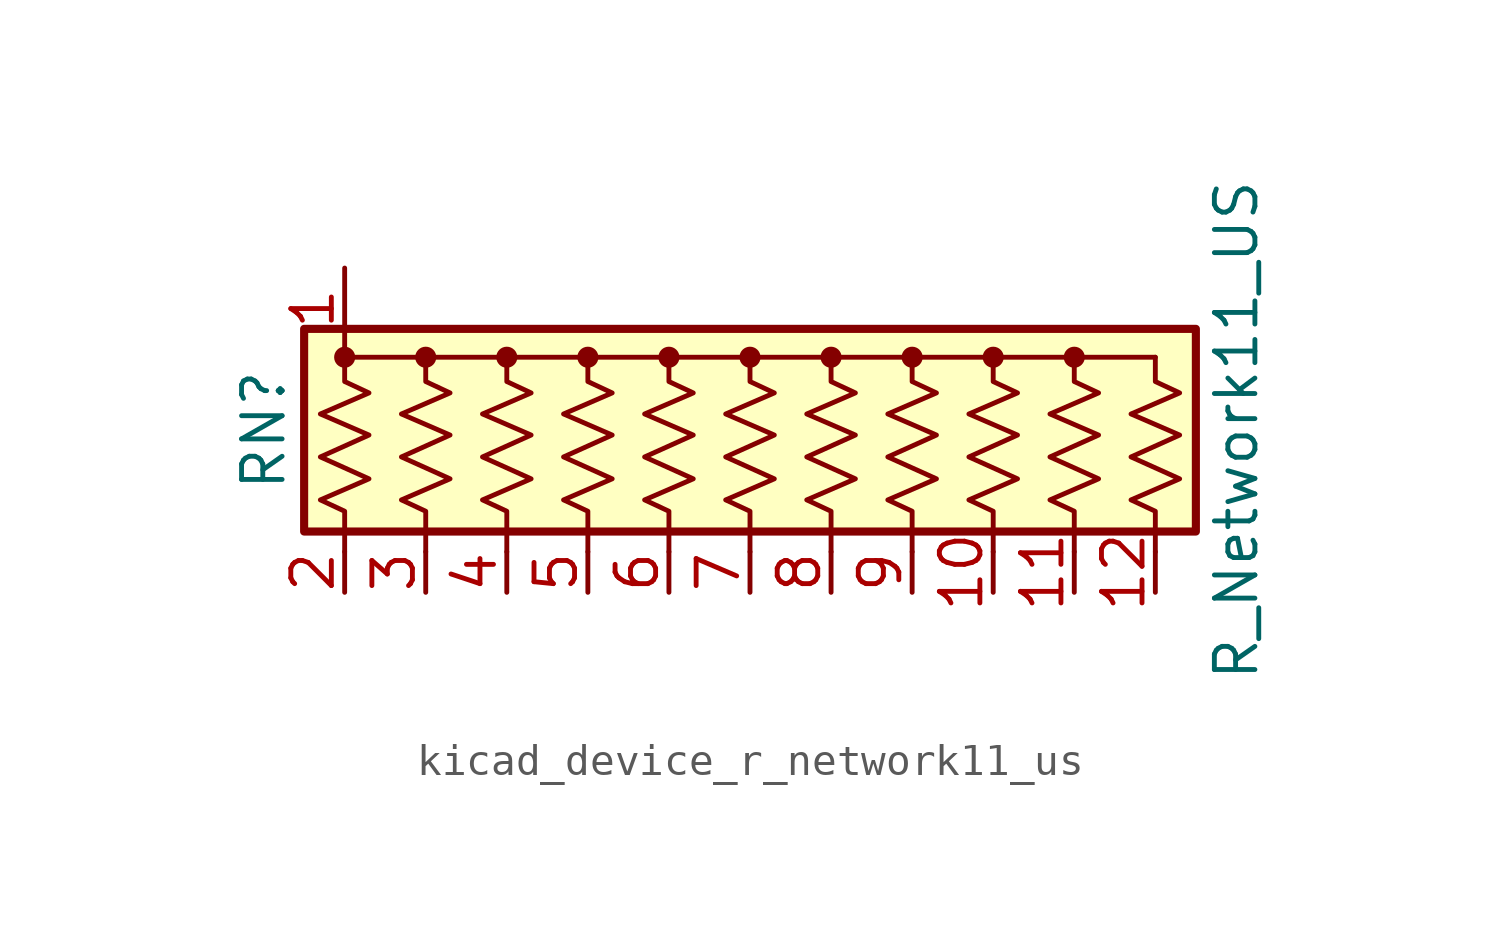
<source format=kicad_sym>
(kicad_symbol_lib
  (version 20220914)
  (generator kicad_symbol_editor)
  (symbol "kicad_device_r_network11_us"
    (pin_names
      (offset 0) hide)
    (property "Reference" "RN"
      (at -15.24 0 90)
      (effects (font (size 1.27 1.27))))
    (property "Value" "R_Network11_US"
      (at 15.24 0 90)
      (effects (font (size 1.27 1.27))))
    (symbol "kicad_device_r_network11_us_0_1"
      (rectangle (start -13.97 -3.175) (end 13.97 3.175) (stroke (width 0.254) (type default)) (fill (type background)))
      (circle (center -12.7 2.286) (radius 0.254) (stroke (width 0) (type default)) (fill (type outline)))
      (circle (center -10.16 2.286) (radius 0.254) (stroke (width 0) (type default)) (fill (type outline)))
      (circle (center -7.62 2.286) (radius 0.254) (stroke (width 0) (type default)) (fill (type outline)))
      (circle (center -5.08 2.286) (radius 0.254) (stroke (width 0) (type default)) (fill (type outline)))
      (circle (center -2.54 2.286) (radius 0.254) (stroke (width 0) (type default)) (fill (type outline)))
      (polyline (pts (xy -12.7 2.286) (xy 12.7 2.286)) (stroke (width 0) (type default)) (fill (type none)))
      (polyline (pts (xy -12.7 2.286) (xy -12.7 1.524) (xy -11.938 1.168) (xy -13.462 0.508) (xy -11.938 -0.152) (xy -13.462 -0.838) (xy -11.938 -1.524) (xy -13.462 -2.184) (xy -12.7 -2.54) (xy -12.7 -3.81)) (stroke (width 0) (type default)) (fill (type none)))
      (polyline (pts (xy -10.16 2.286) (xy -10.16 1.524) (xy -9.398 1.168) (xy -10.922 0.508) (xy -9.398 -0.152) (xy -10.922 -0.838) (xy -9.398 -1.524) (xy -10.922 -2.184) (xy -10.16 -2.54) (xy -10.16 -3.81)) (stroke (width 0) (type default)) (fill (type none)))
      (polyline (pts (xy -7.62 2.286) (xy -7.62 1.524) (xy -6.858 1.168) (xy -8.382 0.508) (xy -6.858 -0.152) (xy -8.382 -0.838) (xy -6.858 -1.524) (xy -8.382 -2.184) (xy -7.62 -2.54) (xy -7.62 -3.81)) (stroke (width 0) (type default)) (fill (type none)))
      (polyline (pts (xy -5.08 2.286) (xy -5.08 1.524) (xy -4.318 1.168) (xy -5.842 0.508) (xy -4.318 -0.152) (xy -5.842 -0.838) (xy -4.318 -1.524) (xy -5.842 -2.184) (xy -5.08 -2.54) (xy -5.08 -3.81)) (stroke (width 0) (type default)) (fill (type none)))
      (polyline (pts (xy -2.54 2.286) (xy -2.54 1.524) (xy -1.778 1.168) (xy -3.302 0.508) (xy -1.778 -0.152) (xy -3.302 -0.838) (xy -1.778 -1.524) (xy -3.302 -2.184) (xy -2.54 -2.54) (xy -2.54 -3.81)) (stroke (width 0) (type default)) (fill (type none)))
      (polyline (pts (xy 0 2.286) (xy 0 1.524) (xy 0.762 1.168) (xy -0.762 0.508) (xy 0.762 -0.152) (xy -0.762 -0.838) (xy 0.762 -1.524) (xy -0.762 -2.184) (xy 0 -2.54) (xy 0 -3.81)) (stroke (width 0) (type default)) (fill (type none)))
      (polyline (pts (xy 2.54 2.286) (xy 2.54 1.524) (xy 3.302 1.168) (xy 1.778 0.508) (xy 3.302 -0.152) (xy 1.778 -0.838) (xy 3.302 -1.524) (xy 1.778 -2.184) (xy 2.54 -2.54) (xy 2.54 -3.81)) (stroke (width 0) (type default)) (fill (type none)))
      (polyline (pts (xy 5.08 2.286) (xy 5.08 1.524) (xy 5.842 1.168) (xy 4.318 0.508) (xy 5.842 -0.152) (xy 4.318 -0.838) (xy 5.842 -1.524) (xy 4.318 -2.184) (xy 5.08 -2.54) (xy 5.08 -3.81)) (stroke (width 0) (type default)) (fill (type none)))
      (polyline (pts (xy 7.62 2.286) (xy 7.62 1.524) (xy 8.382 1.168) (xy 6.858 0.508) (xy 8.382 -0.152) (xy 6.858 -0.838) (xy 8.382 -1.524) (xy 6.858 -2.184) (xy 7.62 -2.54) (xy 7.62 -3.81)) (stroke (width 0) (type default)) (fill (type none)))
      (polyline (pts (xy 10.16 2.286) (xy 10.16 1.524) (xy 10.922 1.168) (xy 9.398 0.508) (xy 10.922 -0.152) (xy 9.398 -0.838) (xy 10.922 -1.524) (xy 9.398 -2.184) (xy 10.16 -2.54) (xy 10.16 -3.81)) (stroke (width 0) (type default)) (fill (type none)))
      (polyline (pts (xy 12.7 2.286) (xy 12.7 1.524) (xy 13.462 1.168) (xy 11.938 0.508) (xy 13.462 -0.152) (xy 11.938 -0.838) (xy 13.462 -1.524) (xy 11.938 -2.184) (xy 12.7 -2.54) (xy 12.7 -3.81)) (stroke (width 0) (type default)) (fill (type none)))
      (circle (center 0 2.286) (radius 0.254) (stroke (width 0) (type default)) (fill (type outline)))
      (circle (center 2.54 2.286) (radius 0.254) (stroke (width 0) (type default)) (fill (type outline)))
      (circle (center 5.08 2.286) (radius 0.254) (stroke (width 0) (type default)) (fill (type outline)))
      (circle (center 7.62 2.286) (radius 0.254) (stroke (width 0) (type default)) (fill (type outline)))
      (circle (center 10.16 2.286) (radius 0.254) (stroke (width 0) (type default)) (fill (type outline))))
    (symbol "kicad_device_r_network11_us_1_1"
      (pin passive line (at -12.7 5.08 270) (length 2.54) (name "common" (effects (font (size 1.27 1.27)))) (number "1" (effects (font (size 1.27 1.27)))))
      (pin passive line (at 7.62 -5.08 90) (length 1.27) (name "R9" (effects (font (size 1.27 1.27)))) (number "10" (effects (font (size 1.27 1.27)))))
      (pin passive line (at 10.16 -5.08 90) (length 1.27) (name "R10" (effects (font (size 1.27 1.27)))) (number "11" (effects (font (size 1.27 1.27)))))
      (pin passive line (at 12.7 -5.08 90) (length 1.27) (name "R11" (effects (font (size 1.27 1.27)))) (number "12" (effects (font (size 1.27 1.27)))))
      (pin passive line (at -12.7 -5.08 90) (length 1.27) (name "R1" (effects (font (size 1.27 1.27)))) (number "2" (effects (font (size 1.27 1.27)))))
      (pin passive line (at -10.16 -5.08 90) (length 1.27) (name "R2" (effects (font (size 1.27 1.27)))) (number "3" (effects (font (size 1.27 1.27)))))
      (pin passive line (at -7.62 -5.08 90) (length 1.27) (name "R3" (effects (font (size 1.27 1.27)))) (number "4" (effects (font (size 1.27 1.27)))))
      (pin passive line (at -5.08 -5.08 90) (length 1.27) (name "R4" (effects (font (size 1.27 1.27)))) (number "5" (effects (font (size 1.27 1.27)))))
      (pin passive line (at -2.54 -5.08 90) (length 1.27) (name "R5" (effects (font (size 1.27 1.27)))) (number "6" (effects (font (size 1.27 1.27)))))
      (pin passive line (at 0 -5.08 90) (length 1.27) (name "R6" (effects (font (size 1.27 1.27)))) (number "7" (effects (font (size 1.27 1.27)))))
      (pin passive line (at 2.54 -5.08 90) (length 1.27) (name "R7" (effects (font (size 1.27 1.27)))) (number "8" (effects (font (size 1.27 1.27)))))
      (pin passive line (at 5.08 -5.08 90) (length 1.27) (name "R8" (effects (font (size 1.27 1.27)))) (number "9" (effects (font (size 1.27 1.27))))))))
</source>
